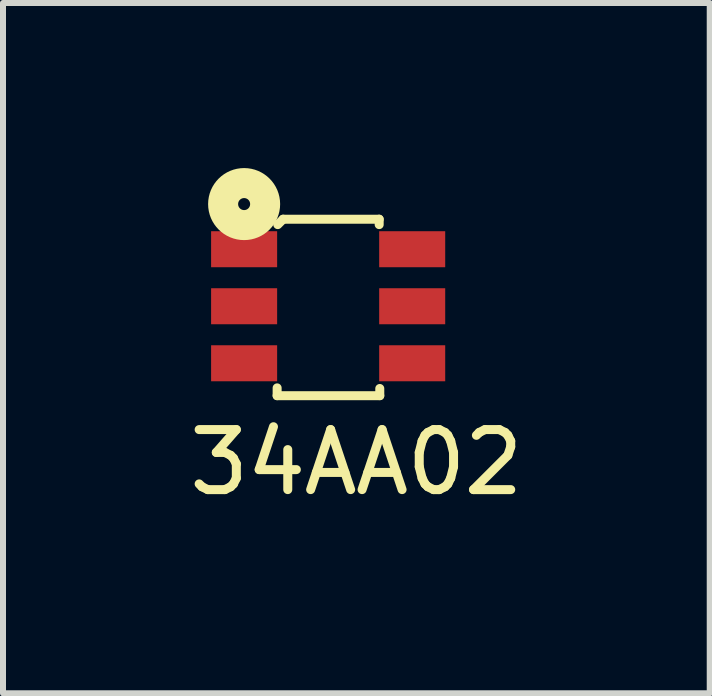
<source format=kicad_pcb>
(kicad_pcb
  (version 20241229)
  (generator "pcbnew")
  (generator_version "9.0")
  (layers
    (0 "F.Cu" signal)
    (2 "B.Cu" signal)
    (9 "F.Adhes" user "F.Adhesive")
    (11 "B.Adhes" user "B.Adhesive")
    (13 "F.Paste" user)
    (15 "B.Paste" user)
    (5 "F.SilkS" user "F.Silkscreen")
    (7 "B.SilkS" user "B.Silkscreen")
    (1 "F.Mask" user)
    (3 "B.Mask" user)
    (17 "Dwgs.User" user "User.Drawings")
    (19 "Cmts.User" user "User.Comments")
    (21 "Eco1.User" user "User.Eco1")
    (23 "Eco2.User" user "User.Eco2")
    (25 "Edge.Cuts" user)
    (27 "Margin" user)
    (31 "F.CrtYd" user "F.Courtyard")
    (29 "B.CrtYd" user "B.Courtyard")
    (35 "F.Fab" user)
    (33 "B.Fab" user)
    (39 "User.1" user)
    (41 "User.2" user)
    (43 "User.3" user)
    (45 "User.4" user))
  (footprint "34AA02"
    (layer "F.Cu")
    (at 1.017 1.102)
    (property "Reference" "34AA02" (at 1.87 3.55 0) (layer "F.SilkS") (effects (font (size 1 1) (thickness 0.15))))
    (attr through_hole)
    (fp_line (start 0.55 2.31) (end 0.55 2.44) (stroke (width 0.15) (type solid)) (layer "F.SilkS"))
    (fp_line (start 0.55 2.44) (end 2.26 2.44) (stroke (width 0.15) (type solid)) (layer "F.SilkS"))
    (fp_line (start 0.56 -0.41) (end 0.65 -0.5) (stroke (width 0.15) (type solid)) (layer "F.SilkS"))
    (fp_line (start 0.65 -0.5) (end 2.25 -0.5) (stroke (width 0.15) (type solid)) (layer "F.SilkS"))
    (fp_line (start 2.25 -0.5) (end 2.25 -0.41) (stroke (width 0.15) (type solid)) (layer "F.SilkS"))
    (fp_line (start 2.26 2.44) (end 2.26 2.32) (stroke (width 0.15) (type solid)) (layer "F.SilkS"))
    (fp_circle (center 0 -0.752) (end 0.1 -0.752) (stroke (width 0.5) (type solid)) (fill no) (layer "F.SilkS"))
    (pad "1" smd rect (at 0 0) (size 1.1 0.6) (layers "F.Cu" "F.Mask" "F.Paste"))
    (pad "2" smd rect (at 0 0.95) (size 1.1 0.6) (layers "F.Cu" "F.Mask" "F.Paste"))
    (pad "3" smd rect (at 0 1.9) (size 1.1 0.6) (layers "F.Cu" "F.Mask" "F.Paste"))
    (pad "4" smd rect (at 2.8 1.9) (size 1.1 0.6) (layers "F.Cu" "F.Mask" "F.Paste"))
    (pad "5" smd rect (at 2.8 0.95) (size 1.1 0.6) (layers "F.Cu" "F.Mask" "F.Paste"))
    (pad "6" smd rect (at 2.8 0) (size 1.1 0.6) (layers "F.Cu" "F.Mask" "F.Paste")))
  (gr_rect
    (start -3 -3)
    (end 8.774 8.5)
    (stroke (width 0.1) (type default))
    (fill no)
    (layer "Edge.Cuts")))
</source>
